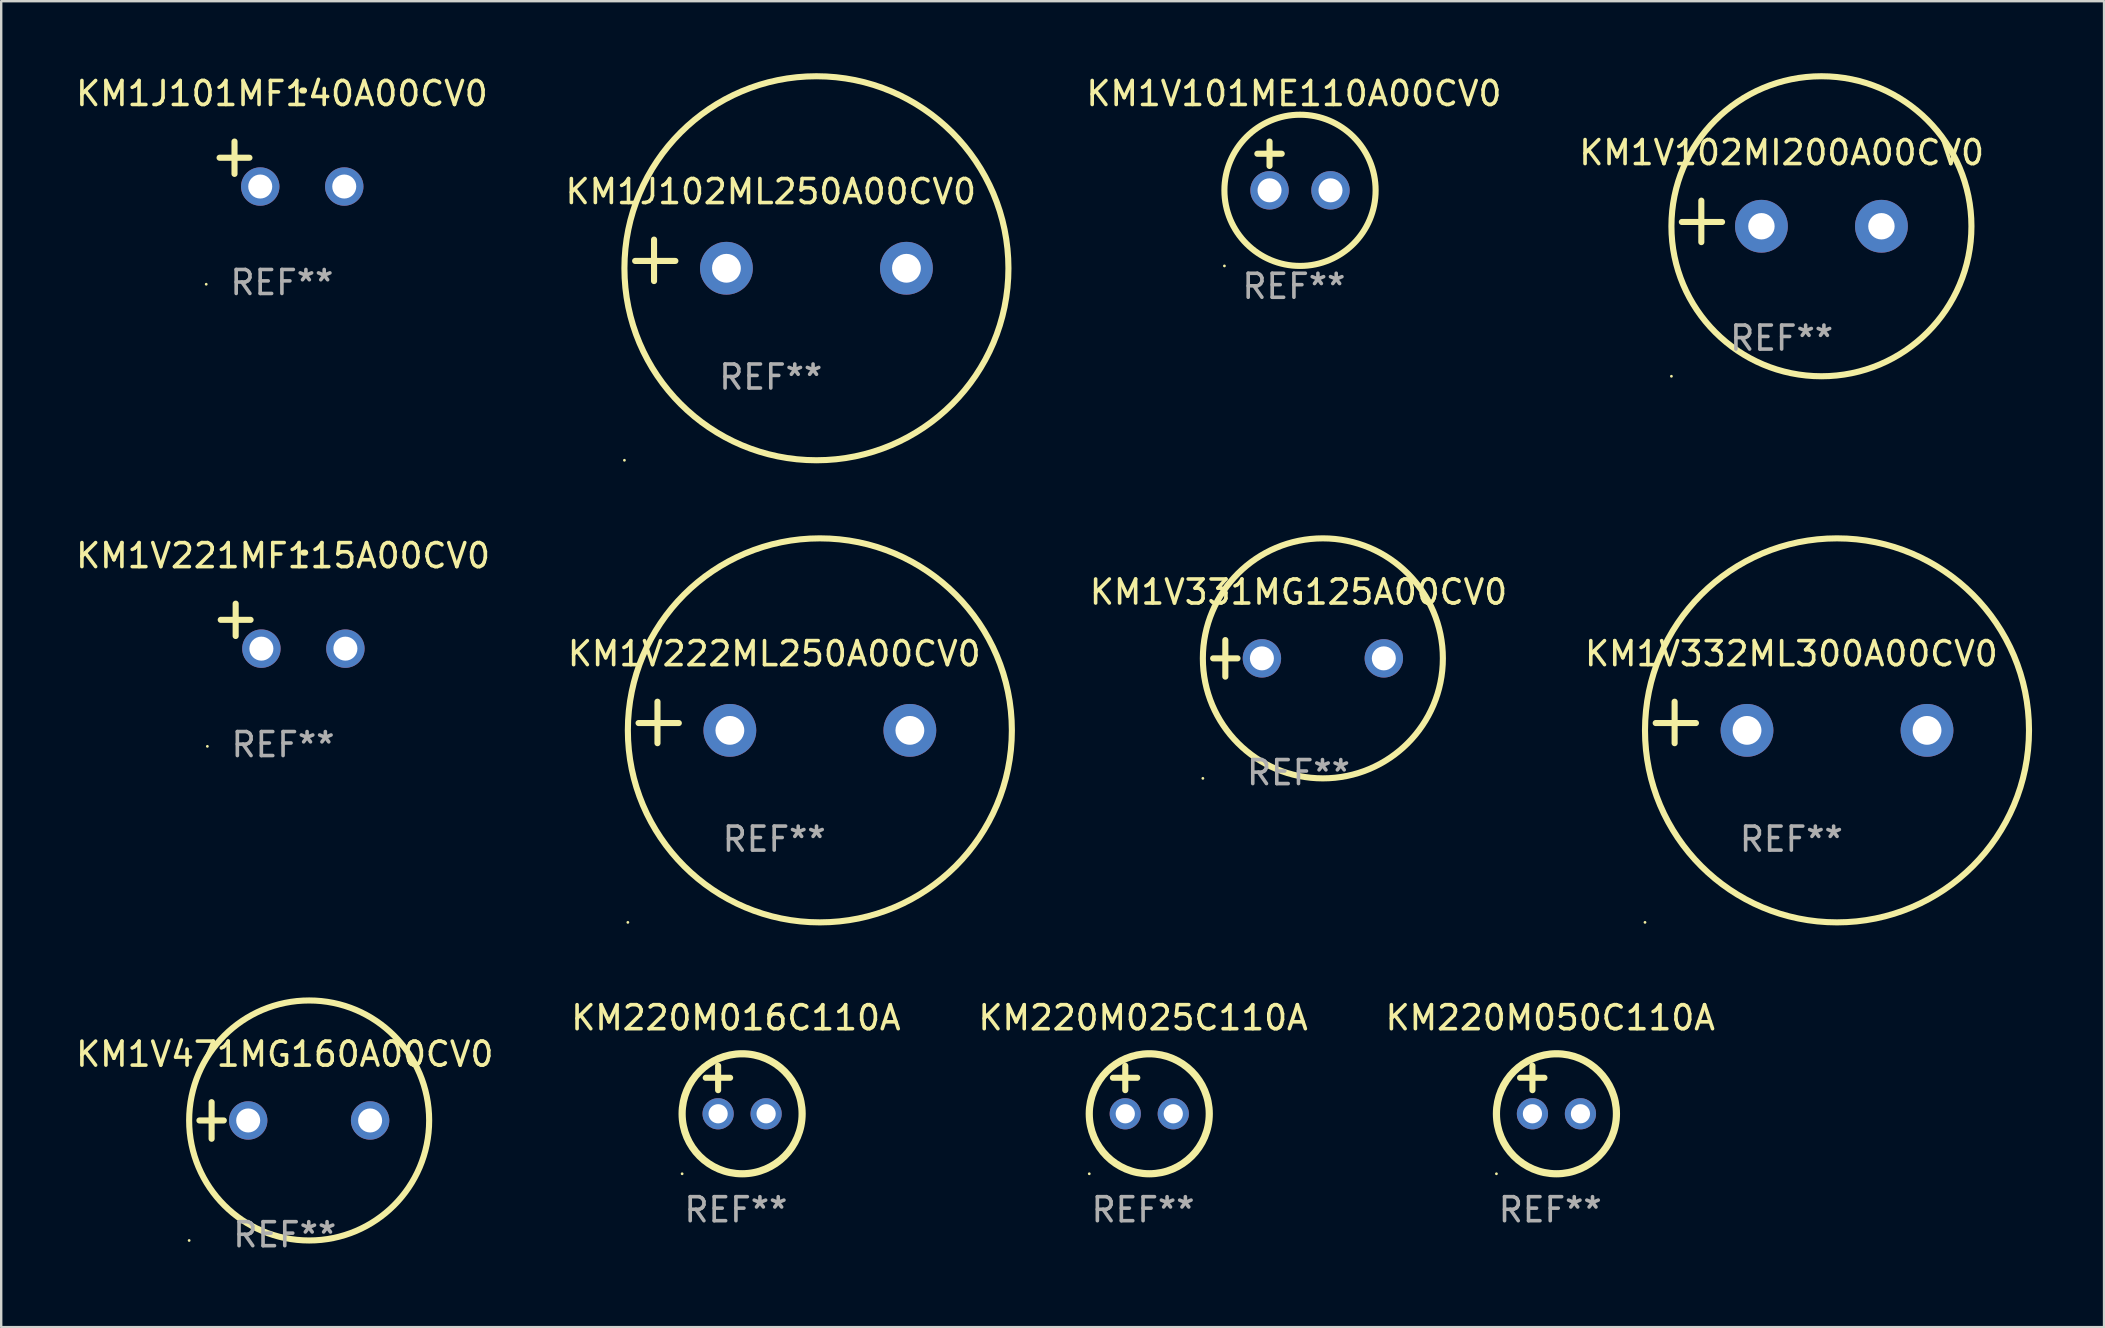
<source format=kicad_pcb>
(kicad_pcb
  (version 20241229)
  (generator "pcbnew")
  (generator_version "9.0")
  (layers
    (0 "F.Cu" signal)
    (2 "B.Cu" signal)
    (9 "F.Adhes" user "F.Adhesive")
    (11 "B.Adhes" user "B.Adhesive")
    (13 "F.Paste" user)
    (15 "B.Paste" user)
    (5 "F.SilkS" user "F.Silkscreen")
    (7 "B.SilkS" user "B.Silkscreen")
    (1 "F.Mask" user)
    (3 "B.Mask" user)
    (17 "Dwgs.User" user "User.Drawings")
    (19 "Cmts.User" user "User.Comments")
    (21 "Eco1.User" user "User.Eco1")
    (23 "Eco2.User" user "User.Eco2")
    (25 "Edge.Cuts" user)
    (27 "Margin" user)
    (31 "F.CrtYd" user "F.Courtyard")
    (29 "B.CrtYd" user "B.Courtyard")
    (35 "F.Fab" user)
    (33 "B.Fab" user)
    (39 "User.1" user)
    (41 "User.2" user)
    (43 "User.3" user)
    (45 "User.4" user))
  (footprint "KM1V102MI200A00CV0"
    (layer "F.Cu")
    (at 71.183 6.174)
    (property "Reference" "KM1V102MI200A00CV0" (at 0 -2.864 0) (layer "F.SilkS") (effects (font (size 1 1) (thickness 0.15))))
    (attr through_hole)
    (fp_line (start -3.346 0.864) (end -3.346 -0.864) (stroke (width 0.254) (type solid)) (layer "F.SilkS"))
    (fp_line (start -2.482 0.025) (end -4.158 0.025) (stroke (width 0.254) (type solid)) (layer "F.SilkS"))
    (fp_circle (center -4.592 6.453) (end -4.562 6.453) (stroke (width 0.06) (type solid)) (fill no) (layer "F.SilkS"))
    (fp_circle (center 1.658 0.203) (end 7.908 0.203) (stroke (width 0.254) (type solid)) (fill no) (layer "F.SilkS"))
    (fp_text user "REF**" (at 0 4.864 0) (layer "F.Fab") (effects (font (size 1 1) (thickness 0.15))))
    (pad "1" thru_hole circle (at -0.842 0.203) (size 2.2 2.2) (drill 1.1) (layers "*.Cu" "*.Mask"))
    (pad "2" thru_hole circle (at 4.158 0.203) (size 2.2 2.2) (drill 1.1) (layers "*.Cu" "*.Mask")))
  (footprint "KM1V331MG125A00CV0"
    (layer "F.Cu")
    (at 51.052 24.381)
    (property "Reference" "KM1V331MG125A00CV0" (at 0 -2.762 0) (layer "F.SilkS") (effects (font (size 1 1) (thickness 0.15))))
    (attr through_hole)
    (fp_line (start -3.556 0) (end -2.54 0) (stroke (width 0.254) (type solid)) (layer "F.SilkS"))
    (fp_line (start -3.048 -0.762) (end -3.048 0.762) (stroke (width 0.254) (type solid)) (layer "F.SilkS"))
    (fp_circle (center -3.984 5) (end -3.954 5) (stroke (width 0.06) (type solid)) (fill no) (layer "F.SilkS"))
    (fp_circle (center 1.016 0) (end 6.016 0) (stroke (width 0.254) (type solid)) (fill no) (layer "F.SilkS"))
    (fp_text user "REF**" (at 0 4.762 0) (layer "F.Fab") (effects (font (size 1 1) (thickness 0.15))))
    (pad "1" thru_hole circle (at -1.524 0) (size 1.6 1.6) (drill 1) (layers "*.Cu" "*.Mask"))
    (pad "2" thru_hole circle (at 3.556 0) (size 1.6 1.6) (drill 1) (layers "*.Cu" "*.Mask")))
  (footprint "KM1V222ML250A00CV0"
    (layer "F.Cu")
    (at 29.208 27.051)
    (property "Reference" "KM1V222ML250A00CV0" (at 0 -2.864 0) (layer "F.SilkS") (effects (font (size 1 1) (thickness 0.15))))
    (attr through_hole)
    (fp_line (start -4.864 0.864) (end -4.864 -0.864) (stroke (width 0.254) (type solid)) (layer "F.SilkS"))
    (fp_line (start -3.975 0.025) (end -5.652 0.025) (stroke (width 0.254) (type solid)) (layer "F.SilkS"))
    (fp_circle (center -6.098 8.33) (end -6.068 8.33) (stroke (width 0.06) (type solid)) (fill no) (layer "F.SilkS"))
    (fp_circle (center 1.902 0.33) (end 9.902 0.33) (stroke (width 0.254) (type solid)) (fill no) (layer "F.SilkS"))
    (fp_text user "REF**" (at 0 4.864 0) (layer "F.Fab") (effects (font (size 1 1) (thickness 0.15))))
    (pad "1" thru_hole circle (at -1.848 0.33) (size 2.2 2.2) (drill 1.2) (layers "*.Cu" "*.Mask"))
    (pad "2" thru_hole circle (at 5.652 0.33) (size 2.2 2.2) (drill 1.2) (layers "*.Cu" "*.Mask")))
  (footprint "KM220M050C110A"
    (layer "F.Cu")
    (at 61.542 42.356)
    (property "Reference" "KM220M050C110A" (at 0 -3 0) (layer "F.SilkS") (effects (font (size 1 1) (thickness 0.15))))
    (attr through_hole)
    (fp_line (start -1.258 -0.5) (end -0.242 -0.5) (stroke (width 0.254) (type solid)) (layer "F.SilkS"))
    (fp_line (start -0.742 -1) (end -0.742 0.016) (stroke (width 0.254) (type solid)) (layer "F.SilkS"))
    (fp_circle (center -2.242 3.5) (end -2.212 3.5) (stroke (width 0.06) (type solid)) (fill no) (layer "F.SilkS"))
    (fp_circle (center 0.258 1) (end 2.758 1) (stroke (width 0.3) (type solid)) (fill no) (layer "F.SilkS"))
    (fp_text user "REF**" (at 0 5 0) (layer "F.Fab") (effects (font (size 1 1) (thickness 0.15))))
    (pad "1" thru_hole circle (at -0.742 1) (size 1.3 1.3) (drill 0.8) (layers "*.Cu" "*.Mask"))
    (pad "2" thru_hole circle (at 1.258 1) (size 1.3 1.3) (drill 0.8) (layers "*.Cu" "*.Mask")))
  (footprint "KM1J102ML250A00CV0"
    (layer "F.Cu")
    (at 29.065 7.797)
    (property "Reference" "KM1J102ML250A00CV0" (at 0 -2.864 0) (layer "F.SilkS") (effects (font (size 1 1) (thickness 0.15))))
    (attr through_hole)
    (fp_line (start -4.864 0.864) (end -4.864 -0.864) (stroke (width 0.254) (type solid)) (layer "F.SilkS"))
    (fp_line (start -3.975 0.025) (end -5.652 0.025) (stroke (width 0.254) (type solid)) (layer "F.SilkS"))
    (fp_circle (center -6.098 8.33) (end -6.068 8.33) (stroke (width 0.06) (type solid)) (fill no) (layer "F.SilkS"))
    (fp_circle (center 1.902 0.33) (end 9.902 0.33) (stroke (width 0.254) (type solid)) (fill no) (layer "F.SilkS"))
    (fp_text user "REF**" (at 0 4.864 0) (layer "F.Fab") (effects (font (size 1 1) (thickness 0.15))))
    (pad "1" thru_hole circle (at -1.848 0.33) (size 2.2 2.2) (drill 1.2) (layers "*.Cu" "*.Mask"))
    (pad "2" thru_hole circle (at 5.652 0.33) (size 2.2 2.2) (drill 1.2) (layers "*.Cu" "*.Mask")))
  (footprint "KM220M025C110A"
    (layer "F.Cu")
    (at 44.577 42.356)
    (property "Reference" "KM220M025C110A" (at 0 -3 0) (layer "F.SilkS") (effects (font (size 1 1) (thickness 0.15))))
    (attr through_hole)
    (fp_line (start -1.258 -0.5) (end -0.242 -0.5) (stroke (width 0.254) (type solid)) (layer "F.SilkS"))
    (fp_line (start -0.742 -1) (end -0.742 0.016) (stroke (width 0.254) (type solid)) (layer "F.SilkS"))
    (fp_circle (center -2.242 3.5) (end -2.212 3.5) (stroke (width 0.06) (type solid)) (fill no) (layer "F.SilkS"))
    (fp_circle (center 0.258 1) (end 2.758 1) (stroke (width 0.3) (type solid)) (fill no) (layer "F.SilkS"))
    (fp_text user "REF**" (at 0 5 0) (layer "F.Fab") (effects (font (size 1 1) (thickness 0.15))))
    (pad "1" thru_hole circle (at -0.742 1) (size 1.3 1.3) (drill 0.8) (layers "*.Cu" "*.Mask"))
    (pad "2" thru_hole circle (at 1.258 1) (size 1.3 1.3) (drill 0.8) (layers "*.Cu" "*.Mask")))
  (footprint "KM1V221MF115A00CV0"
    (layer "F.Cu")
    (at 8.744 23.039)
    (property "Reference" "KM1V221MF115A00CV0" (at 0 -2.937 0) (layer "F.SilkS") (effects (font (size 1 1) (thickness 0.15))))
    (attr through_hole)
    (fp_line (start -1.975 0.41) (end -1.975 -0.937) (stroke (width 0.254) (type solid)) (layer "F.SilkS"))
    (fp_line (start -1.353 -0.263) (end -2.597 -0.263) (stroke (width 0.254) (type solid)) (layer "F.SilkS"))
    (fp_arc (start 0.849809 -3.063957) (mid 0.885369 -3.064114) (end 0.920929 -3.063957) (stroke (width 0.254001) (type solid)) (layer "F.SilkS"))
    (fp_circle (center -3.154 5.008) (end -3.124 5.008) (stroke (width 0.06) (type solid)) (fill no) (layer "F.SilkS"))
    (fp_text user "REF**" (at 0 4.937 0) (layer "F.Fab") (effects (font (size 1 1) (thickness 0.15))))
    (pad "1" thru_hole circle (at -0.903 0.937) (size 1.6 1.6) (drill 1) (layers "*.Cu" "*.Mask"))
    (pad "2" thru_hole circle (at 2.597 0.937) (size 1.6 1.6) (drill 1) (layers "*.Cu" "*.Mask")))
  (footprint "KM1V471MG160A00CV0"
    (layer "F.Cu")
    (at 8.815 43.635)
    (property "Reference" "KM1V471MG160A00CV0" (at 0 -2.762 0) (layer "F.SilkS") (effects (font (size 1 1) (thickness 0.15))))
    (attr through_hole)
    (fp_line (start -3.556 0) (end -2.54 0) (stroke (width 0.254) (type solid)) (layer "F.SilkS"))
    (fp_line (start -3.048 -0.762) (end -3.048 0.762) (stroke (width 0.254) (type solid)) (layer "F.SilkS"))
    (fp_circle (center -3.984 5) (end -3.954 5) (stroke (width 0.06) (type solid)) (fill no) (layer "F.SilkS"))
    (fp_circle (center 1.016 0) (end 6.016 0) (stroke (width 0.254) (type solid)) (fill no) (layer "F.SilkS"))
    (fp_text user "REF**" (at 0 4.762 0) (layer "F.Fab") (effects (font (size 1 1) (thickness 0.15))))
    (pad "1" thru_hole circle (at -1.524 0) (size 1.6 1.6) (drill 1) (layers "*.Cu" "*.Mask"))
    (pad "2" thru_hole circle (at 3.556 0) (size 1.6 1.6) (drill 1) (layers "*.Cu" "*.Mask")))
  (footprint "KM220M016C110A"
    (layer "F.Cu")
    (at 27.613 42.356)
    (property "Reference" "KM220M016C110A" (at 0 -3 0) (layer "F.SilkS") (effects (font (size 1 1) (thickness 0.15))))
    (attr through_hole)
    (fp_line (start -1.258 -0.5) (end -0.242 -0.5) (stroke (width 0.254) (type solid)) (layer "F.SilkS"))
    (fp_line (start -0.742 -1) (end -0.742 0.016) (stroke (width 0.254) (type solid)) (layer "F.SilkS"))
    (fp_circle (center -2.242 3.5) (end -2.212 3.5) (stroke (width 0.06) (type solid)) (fill no) (layer "F.SilkS"))
    (fp_circle (center 0.258 1) (end 2.758 1) (stroke (width 0.3) (type solid)) (fill no) (layer "F.SilkS"))
    (fp_text user "REF**" (at 0 5 0) (layer "F.Fab") (effects (font (size 1 1) (thickness 0.15))))
    (pad "1" thru_hole circle (at -0.742 1) (size 1.3 1.3) (drill 0.8) (layers "*.Cu" "*.Mask"))
    (pad "2" thru_hole circle (at 1.258 1) (size 1.3 1.3) (drill 0.8) (layers "*.Cu" "*.Mask")))
  (footprint "KM1V332ML300A00CV0"
    (layer "F.Cu")
    (at 71.588 27.051)
    (property "Reference" "KM1V332ML300A00CV0" (at 0 -2.864 0) (layer "F.SilkS") (effects (font (size 1 1) (thickness 0.15))))
    (attr through_hole)
    (fp_line (start -4.864 0.864) (end -4.864 -0.864) (stroke (width 0.254) (type solid)) (layer "F.SilkS"))
    (fp_line (start -3.975 0.025) (end -5.652 0.025) (stroke (width 0.254) (type solid)) (layer "F.SilkS"))
    (fp_circle (center -6.098 8.33) (end -6.068 8.33) (stroke (width 0.06) (type solid)) (fill no) (layer "F.SilkS"))
    (fp_circle (center 1.902 0.33) (end 9.902 0.33) (stroke (width 0.254) (type solid)) (fill no) (layer "F.SilkS"))
    (fp_text user "REF**" (at 0 4.864 0) (layer "F.Fab") (effects (font (size 1 1) (thickness 0.15))))
    (pad "1" thru_hole circle (at -1.848 0.33) (size 2.2 2.2) (drill 1.2) (layers "*.Cu" "*.Mask"))
    (pad "2" thru_hole circle (at 5.652 0.33) (size 2.2 2.2) (drill 1.2) (layers "*.Cu" "*.Mask")))
  (footprint "KM1J101MF140A00CV0"
    (layer "F.Cu")
    (at 8.696 3.785)
    (property "Reference" "KM1J101MF140A00CV0" (at 0 -2.937 0) (layer "F.SilkS") (effects (font (size 1 1) (thickness 0.15))))
    (attr through_hole)
    (fp_line (start -1.975 0.41) (end -1.975 -0.937) (stroke (width 0.254) (type solid)) (layer "F.SilkS"))
    (fp_line (start -1.353 -0.263) (end -2.597 -0.263) (stroke (width 0.254) (type solid)) (layer "F.SilkS"))
    (fp_arc (start 0.849809 -3.063957) (mid 0.885369 -3.064114) (end 0.920929 -3.063957) (stroke (width 0.254001) (type solid)) (layer "F.SilkS"))
    (fp_circle (center -3.154 5.008) (end -3.124 5.008) (stroke (width 0.06) (type solid)) (fill no) (layer "F.SilkS"))
    (fp_text user "REF**" (at 0 4.937 0) (layer "F.Fab") (effects (font (size 1 1) (thickness 0.15))))
    (pad "1" thru_hole circle (at -0.903 0.937) (size 1.6 1.6) (drill 1) (layers "*.Cu" "*.Mask"))
    (pad "2" thru_hole circle (at 2.597 0.937) (size 1.6 1.6) (drill 1) (layers "*.Cu" "*.Mask")))
  (footprint "KM1V101ME110A00CV0"
    (layer "F.Cu")
    (at 50.862 3.864)
    (property "Reference" "KM1V101ME110A00CV0" (at 0 -3.016 0) (layer "F.SilkS") (effects (font (size 1 1) (thickness 0.15))))
    (attr through_hole)
    (fp_line (start -1.524 -0.508) (end -0.508 -0.508) (stroke (width 0.254) (type solid)) (layer "F.SilkS"))
    (fp_line (start -1.016 -1.016) (end -1.016 0) (stroke (width 0.254) (type solid)) (layer "F.SilkS"))
    (fp_circle (center -2.896 4.166) (end -2.866 4.166) (stroke (width 0.06) (type solid)) (fill no) (layer "F.SilkS"))
    (fp_circle (center 0.254 1.016) (end 3.404 1.016) (stroke (width 0.254) (type solid)) (fill no) (layer "F.SilkS"))
    (fp_text user "REF**" (at 0 5.016 0) (layer "F.Fab") (effects (font (size 1 1) (thickness 0.15))))
    (pad "1" thru_hole circle (at -1.016 1.016) (size 1.6 1.6) (drill 1) (layers "*.Cu" "*.Mask"))
    (pad "2" thru_hole circle (at 1.524 1.016) (size 1.6 1.6) (drill 1) (layers "*.Cu" "*.Mask")))
  (gr_rect
    (start -3 -3)
    (end 84.617 52.245)
    (stroke (width 0.1) (type default))
    (fill no)
    (layer "Edge.Cuts")))
</source>
